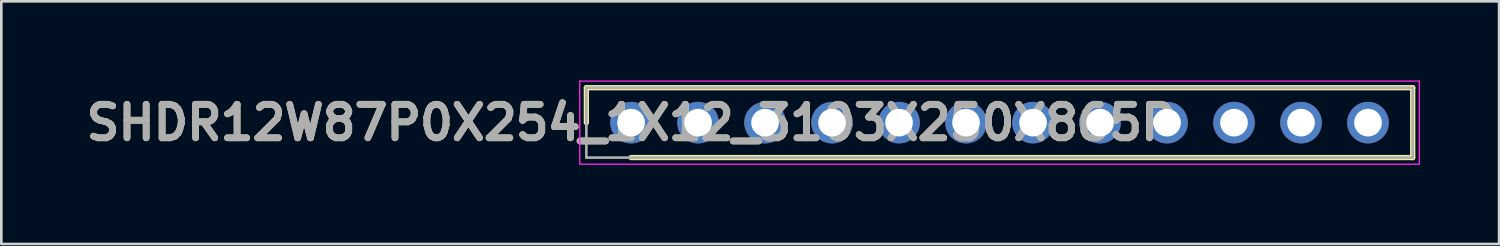
<source format=kicad_pcb>
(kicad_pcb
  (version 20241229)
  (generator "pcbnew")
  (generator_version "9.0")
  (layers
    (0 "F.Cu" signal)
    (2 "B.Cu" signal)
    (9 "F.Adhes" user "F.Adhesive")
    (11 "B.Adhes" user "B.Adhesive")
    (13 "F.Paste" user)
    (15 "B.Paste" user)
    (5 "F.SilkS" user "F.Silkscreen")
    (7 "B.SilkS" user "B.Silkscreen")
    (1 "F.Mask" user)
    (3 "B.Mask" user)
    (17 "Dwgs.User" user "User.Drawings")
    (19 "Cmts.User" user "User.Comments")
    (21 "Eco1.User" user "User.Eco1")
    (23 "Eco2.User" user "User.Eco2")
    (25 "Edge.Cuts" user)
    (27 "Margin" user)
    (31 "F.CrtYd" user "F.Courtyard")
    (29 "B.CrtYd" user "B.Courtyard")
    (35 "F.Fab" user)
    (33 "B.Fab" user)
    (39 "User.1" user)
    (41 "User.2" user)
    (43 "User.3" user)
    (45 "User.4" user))
  (footprint "SHDR12W87P0X254_1X12_3103X250X865P"
    (layer "F.Cu")
    (at 20.876 1.6)
    (property "Reference" "SHDR12W87P0X254_1X12_3103X250X865P" (at 0 0 0) (layer "F.SilkS") (effects (font (size 1.27 1.27) (thickness 0.254))))
    (attr through_hole)
    (fp_line (start -1.695 -1.325) (end -1.695 0) (stroke (width 0.2) (type solid)) (layer "F.SilkS"))
    (fp_line (start 0 1.325) (end 29.635 1.325) (stroke (width 0.2) (type solid)) (layer "F.SilkS"))
    (fp_line (start 29.635 -1.325) (end -1.695 -1.325) (stroke (width 0.2) (type solid)) (layer "F.SilkS"))
    (fp_line (start 29.635 1.325) (end 29.635 -1.325) (stroke (width 0.2) (type solid)) (layer "F.SilkS"))
    (fp_line (start -1.945 -1.575) (end 29.885 -1.575) (stroke (width 0.05) (type solid)) (layer "F.CrtYd"))
    (fp_line (start -1.945 1.575) (end -1.945 -1.575) (stroke (width 0.05) (type solid)) (layer "F.CrtYd"))
    (fp_line (start 29.885 -1.575) (end 29.885 1.575) (stroke (width 0.05) (type solid)) (layer "F.CrtYd"))
    (fp_line (start 29.885 1.575) (end -1.945 1.575) (stroke (width 0.05) (type solid)) (layer "F.CrtYd"))
    (fp_line (start -1.695 -1.325) (end 29.635 -1.325) (stroke (width 0.1) (type solid)) (layer "F.Fab"))
    (fp_line (start -1.695 1.325) (end -1.695 -1.325) (stroke (width 0.1) (type solid)) (layer "F.Fab"))
    (fp_line (start 29.635 -1.325) (end 29.635 1.325) (stroke (width 0.1) (type solid)) (layer "F.Fab"))
    (fp_line (start 29.635 1.325) (end -1.695 1.325) (stroke (width 0.1) (type solid)) (layer "F.Fab"))
    (fp_text user "${REFERENCE}" (at 0 0 0) (layer "F.Fab") (effects (font (size 1.27 1.27) (thickness 0.254))))
    (pad "1" thru_hole circle (at 0 0) (size 1.575 1.575) (drill 1.05) (layers "*.Cu" "*.Mask"))
    (pad "2" thru_hole circle (at 2.54 0) (size 1.575 1.575) (drill 1.05) (layers "*.Cu" "*.Mask"))
    (pad "3" thru_hole circle (at 5.08 0) (size 1.575 1.575) (drill 1.05) (layers "*.Cu" "*.Mask"))
    (pad "4" thru_hole circle (at 7.62 0) (size 1.575 1.575) (drill 1.05) (layers "*.Cu" "*.Mask"))
    (pad "5" thru_hole circle (at 10.16 0) (size 1.575 1.575) (drill 1.05) (layers "*.Cu" "*.Mask"))
    (pad "6" thru_hole circle (at 12.7 0) (size 1.575 1.575) (drill 1.05) (layers "*.Cu" "*.Mask"))
    (pad "7" thru_hole circle (at 15.24 0) (size 1.575 1.575) (drill 1.05) (layers "*.Cu" "*.Mask"))
    (pad "8" thru_hole circle (at 17.78 0) (size 1.575 1.575) (drill 1.05) (layers "*.Cu" "*.Mask"))
    (pad "9" thru_hole circle (at 20.32 0) (size 1.575 1.575) (drill 1.05) (layers "*.Cu" "*.Mask"))
    (pad "10" thru_hole circle (at 22.86 0) (size 1.575 1.575) (drill 1.05) (layers "*.Cu" "*.Mask"))
    (pad "11" thru_hole circle (at 25.4 0) (size 1.575 1.575) (drill 1.05) (layers "*.Cu" "*.Mask"))
    (pad "12" thru_hole circle (at 27.94 0) (size 1.575 1.575) (drill 1.05) (layers "*.Cu" "*.Mask")))
  (gr_rect
    (start -3 -3)
    (end 53.786 6.2)
    (stroke (width 0.1) (type default))
    (fill no)
    (layer "Edge.Cuts")))
</source>
